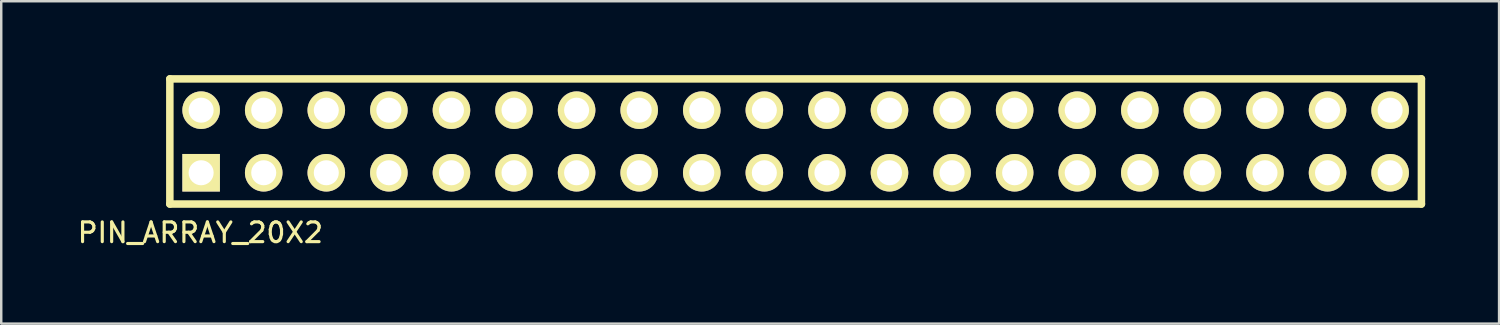
<source format=kicad_pcb>
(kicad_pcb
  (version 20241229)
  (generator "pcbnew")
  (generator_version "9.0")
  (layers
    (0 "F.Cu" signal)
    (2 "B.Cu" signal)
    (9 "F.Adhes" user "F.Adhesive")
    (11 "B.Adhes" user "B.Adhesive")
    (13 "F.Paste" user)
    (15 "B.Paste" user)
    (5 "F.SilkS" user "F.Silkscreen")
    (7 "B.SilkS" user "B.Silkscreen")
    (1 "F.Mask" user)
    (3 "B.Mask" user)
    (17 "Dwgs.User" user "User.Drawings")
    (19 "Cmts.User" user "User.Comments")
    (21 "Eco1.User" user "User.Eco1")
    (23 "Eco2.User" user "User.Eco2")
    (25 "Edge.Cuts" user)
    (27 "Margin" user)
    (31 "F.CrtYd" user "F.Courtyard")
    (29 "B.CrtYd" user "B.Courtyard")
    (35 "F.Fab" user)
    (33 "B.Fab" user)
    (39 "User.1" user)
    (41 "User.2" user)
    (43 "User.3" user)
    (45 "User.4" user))
  (footprint "PIN_ARRAY_20X2"
    (layer "F.Cu")
    (at 29.244 2.692)
    (property "Reference" "PIN_ARRAY_20X2" (at -24.162 3.702 0) (layer "F.SilkS") (effects (font (size 0.8 0.8) (thickness 0.127))))
    (attr through_hole)
    (fp_line (start -25.4 -2.54) (end -25.4 2.54) (stroke (width 0.305) (type solid)) (layer "F.SilkS"))
    (fp_line (start 25.4 -2.54) (end -25.4 -2.54) (stroke (width 0.305) (type solid)) (layer "F.SilkS"))
    (fp_line (start 25.4 -2.54) (end 25.4 2.54) (stroke (width 0.305) (type solid)) (layer "F.SilkS"))
    (fp_line (start 25.4 2.54) (end -25.4 2.54) (stroke (width 0.305) (type solid)) (layer "F.SilkS"))
    (pad "1" thru_hole rect (at -24.13 1.27) (size 1.524 1.524) (drill 1.016) (layers "*.Cu" "*.Mask" "F.SilkS"))
    (pad "2" thru_hole circle (at -24.13 -1.27) (size 1.524 1.524) (drill 1.016) (layers "*.Cu" "*.Mask" "F.SilkS"))
    (pad "3" thru_hole circle (at -21.59 1.27) (size 1.524 1.524) (drill 1.016) (layers "*.Cu" "*.Mask" "F.SilkS"))
    (pad "4" thru_hole circle (at -21.59 -1.27) (size 1.524 1.524) (drill 1.016) (layers "*.Cu" "*.Mask" "F.SilkS"))
    (pad "5" thru_hole circle (at -19.05 1.27) (size 1.524 1.524) (drill 1.016) (layers "*.Cu" "*.Mask" "F.SilkS"))
    (pad "6" thru_hole circle (at -19.05 -1.27) (size 1.524 1.524) (drill 1.016) (layers "*.Cu" "*.Mask" "F.SilkS"))
    (pad "7" thru_hole circle (at -16.51 1.27) (size 1.524 1.524) (drill 1.016) (layers "*.Cu" "*.Mask" "F.SilkS"))
    (pad "8" thru_hole circle (at -16.51 -1.27) (size 1.524 1.524) (drill 1.016) (layers "*.Cu" "*.Mask" "F.SilkS"))
    (pad "9" thru_hole circle (at -13.97 1.27) (size 1.524 1.524) (drill 1.016) (layers "*.Cu" "*.Mask" "F.SilkS"))
    (pad "10" thru_hole circle (at -13.97 -1.27) (size 1.524 1.524) (drill 1.016) (layers "*.Cu" "*.Mask" "F.SilkS"))
    (pad "11" thru_hole circle (at -11.43 1.27) (size 1.524 1.524) (drill 1.016) (layers "*.Cu" "*.Mask" "F.SilkS"))
    (pad "12" thru_hole circle (at -11.43 -1.27) (size 1.524 1.524) (drill 1.016) (layers "*.Cu" "*.Mask" "F.SilkS"))
    (pad "13" thru_hole circle (at -8.89 1.27) (size 1.524 1.524) (drill 1.016) (layers "*.Cu" "*.Mask" "F.SilkS"))
    (pad "14" thru_hole circle (at -8.89 -1.27) (size 1.524 1.524) (drill 1.016) (layers "*.Cu" "*.Mask" "F.SilkS"))
    (pad "15" thru_hole circle (at -6.35 1.27) (size 1.524 1.524) (drill 1.016) (layers "*.Cu" "*.Mask" "F.SilkS"))
    (pad "16" thru_hole circle (at -6.35 -1.27) (size 1.524 1.524) (drill 1.016) (layers "*.Cu" "*.Mask" "F.SilkS"))
    (pad "17" thru_hole circle (at -3.81 1.27) (size 1.524 1.524) (drill 1.016) (layers "*.Cu" "*.Mask" "F.SilkS"))
    (pad "18" thru_hole circle (at -3.81 -1.27) (size 1.524 1.524) (drill 1.016) (layers "*.Cu" "*.Mask" "F.SilkS"))
    (pad "19" thru_hole circle (at -1.27 1.27) (size 1.524 1.524) (drill 1.016) (layers "*.Cu" "*.Mask" "F.SilkS"))
    (pad "20" thru_hole circle (at -1.27 -1.27) (size 1.524 1.524) (drill 1.016) (layers "*.Cu" "*.Mask" "F.SilkS"))
    (pad "21" thru_hole circle (at 1.27 1.27) (size 1.524 1.524) (drill 1.016) (layers "*.Cu" "*.Mask" "F.SilkS"))
    (pad "22" thru_hole circle (at 1.27 -1.27) (size 1.524 1.524) (drill 1.016) (layers "*.Cu" "*.Mask" "F.SilkS"))
    (pad "23" thru_hole circle (at 3.81 1.27) (size 1.524 1.524) (drill 1.016) (layers "*.Cu" "*.Mask" "F.SilkS"))
    (pad "24" thru_hole circle (at 3.81 -1.27) (size 1.524 1.524) (drill 1.016) (layers "*.Cu" "*.Mask" "F.SilkS"))
    (pad "25" thru_hole circle (at 6.35 1.27) (size 1.524 1.524) (drill 1.016) (layers "*.Cu" "*.Mask" "F.SilkS"))
    (pad "26" thru_hole circle (at 6.35 -1.27) (size 1.524 1.524) (drill 1.016) (layers "*.Cu" "*.Mask" "F.SilkS"))
    (pad "27" thru_hole circle (at 8.89 1.27) (size 1.524 1.524) (drill 1.016) (layers "*.Cu" "*.Mask" "F.SilkS"))
    (pad "28" thru_hole circle (at 8.89 -1.27) (size 1.524 1.524) (drill 1.016) (layers "*.Cu" "*.Mask" "F.SilkS"))
    (pad "29" thru_hole circle (at 11.43 1.27) (size 1.524 1.524) (drill 1.016) (layers "*.Cu" "*.Mask" "F.SilkS"))
    (pad "30" thru_hole circle (at 11.43 -1.27) (size 1.524 1.524) (drill 1.016) (layers "*.Cu" "*.Mask" "F.SilkS"))
    (pad "31" thru_hole circle (at 13.97 1.27) (size 1.524 1.524) (drill 1.016) (layers "*.Cu" "*.Mask" "F.SilkS"))
    (pad "32" thru_hole circle (at 13.97 -1.27) (size 1.524 1.524) (drill 1.016) (layers "*.Cu" "*.Mask" "F.SilkS"))
    (pad "33" thru_hole circle (at 16.51 1.27) (size 1.524 1.524) (drill 1.016) (layers "*.Cu" "*.Mask" "F.SilkS"))
    (pad "34" thru_hole circle (at 16.51 -1.27) (size 1.524 1.524) (drill 1.016) (layers "*.Cu" "*.Mask" "F.SilkS"))
    (pad "35" thru_hole circle (at 19.05 1.27) (size 1.524 1.524) (drill 1.016) (layers "*.Cu" "*.Mask" "F.SilkS"))
    (pad "36" thru_hole circle (at 19.05 -1.27) (size 1.524 1.524) (drill 1.016) (layers "*.Cu" "*.Mask" "F.SilkS"))
    (pad "37" thru_hole circle (at 21.59 1.27) (size 1.524 1.524) (drill 1.016) (layers "*.Cu" "*.Mask" "F.SilkS"))
    (pad "38" thru_hole circle (at 21.59 -1.27) (size 1.524 1.524) (drill 1.016) (layers "*.Cu" "*.Mask" "F.SilkS"))
    (pad "39" thru_hole circle (at 24.13 1.27) (size 1.524 1.524) (drill 1.016) (layers "*.Cu" "*.Mask" "F.SilkS"))
    (pad "40" thru_hole circle (at 24.13 -1.27) (size 1.524 1.524) (drill 1.016) (layers "*.Cu" "*.Mask" "F.SilkS")))
  (gr_rect
    (start -3 -3)
    (end 57.796 10.085)
    (stroke (width 0.1) (type default))
    (fill no)
    (layer "Edge.Cuts")))
</source>
